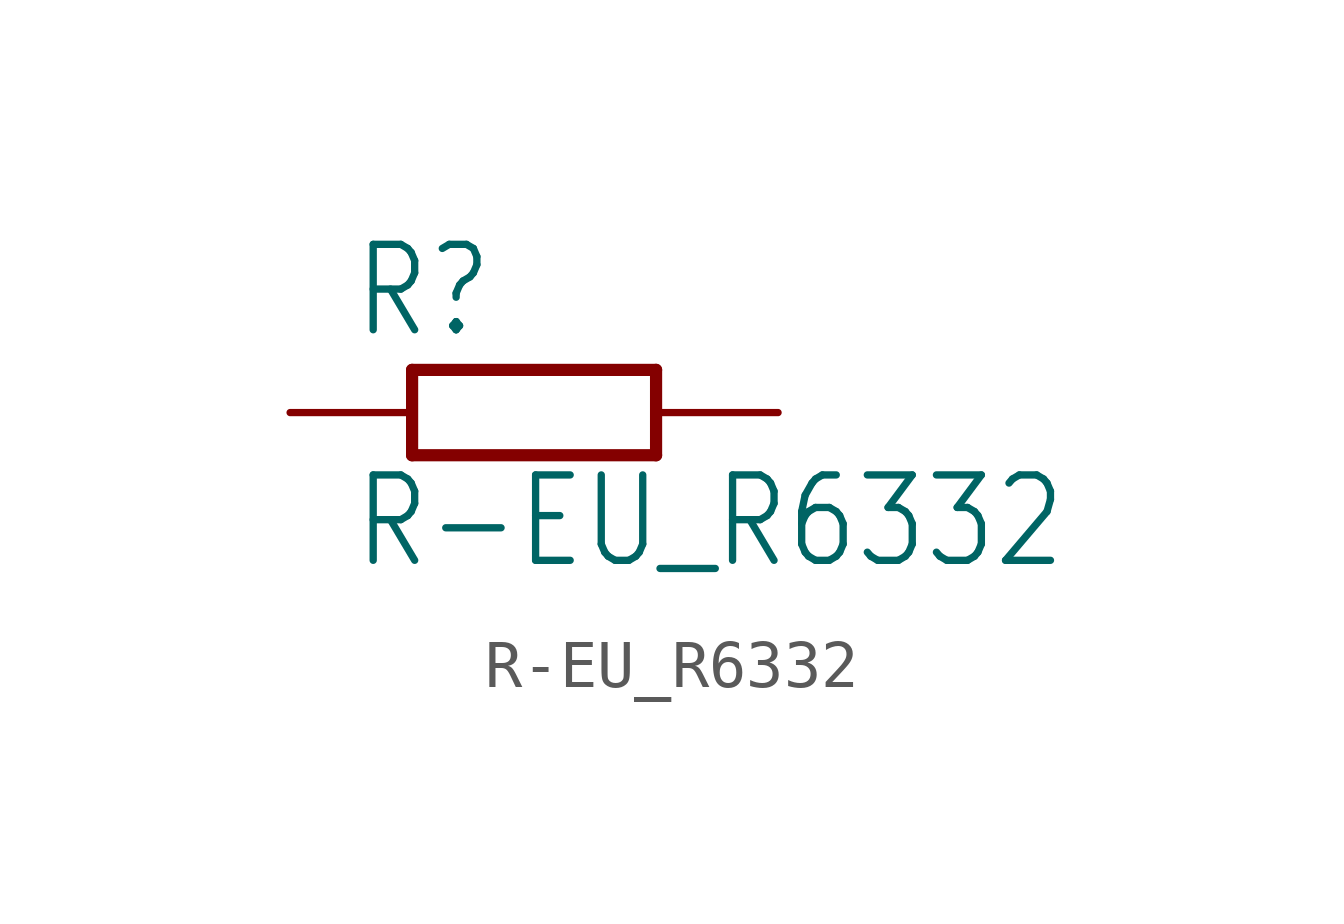
<source format=kicad_sym>
(kicad_symbol_lib
  (version 20220331)
  (generator kicad_symbol_editor)
  (symbol "R-EU_R6332"
    (property "Reference" "R"
      (at -3.81 1.499 0)
      (effects (font (size 1.778 1.511)) (justify left bottom)))
    (property "Value" "R-EU_R6332"
      (at -3.81 -3.302 0)
      (effects (font (size 1.778 1.511)) (justify left bottom)))
    (property "ki_locked" ""
      (at 0 0 0)
      (effects (font (size 1.27 1.27))))
    (symbol "R-EU_R6332_1_0"
      (polyline (pts (xy -2.54 -0.889) (xy -2.54 0.889)) (stroke (width 0.254) (type solid)) (fill (type none)))
      (polyline (pts (xy -2.54 -0.889) (xy 2.54 -0.889)) (stroke (width 0.254) (type solid)) (fill (type none)))
      (polyline (pts (xy 2.54 -0.889) (xy 2.54 0.889)) (stroke (width 0.254) (type solid)) (fill (type none)))
      (polyline (pts (xy 2.54 0.889) (xy -2.54 0.889)) (stroke (width 0.254) (type solid)) (fill (type none)))
      (pin passive line (at -5.08 0 0) (length 2.54) (name "1" (effects (font (size 0 0)))) (number "1" (effects (font (size 0 0)))))
      (pin passive line (at 5.08 0 180) (length 2.54) (name "2" (effects (font (size 0 0)))) (number "2" (effects (font (size 0 0))))))))
</source>
